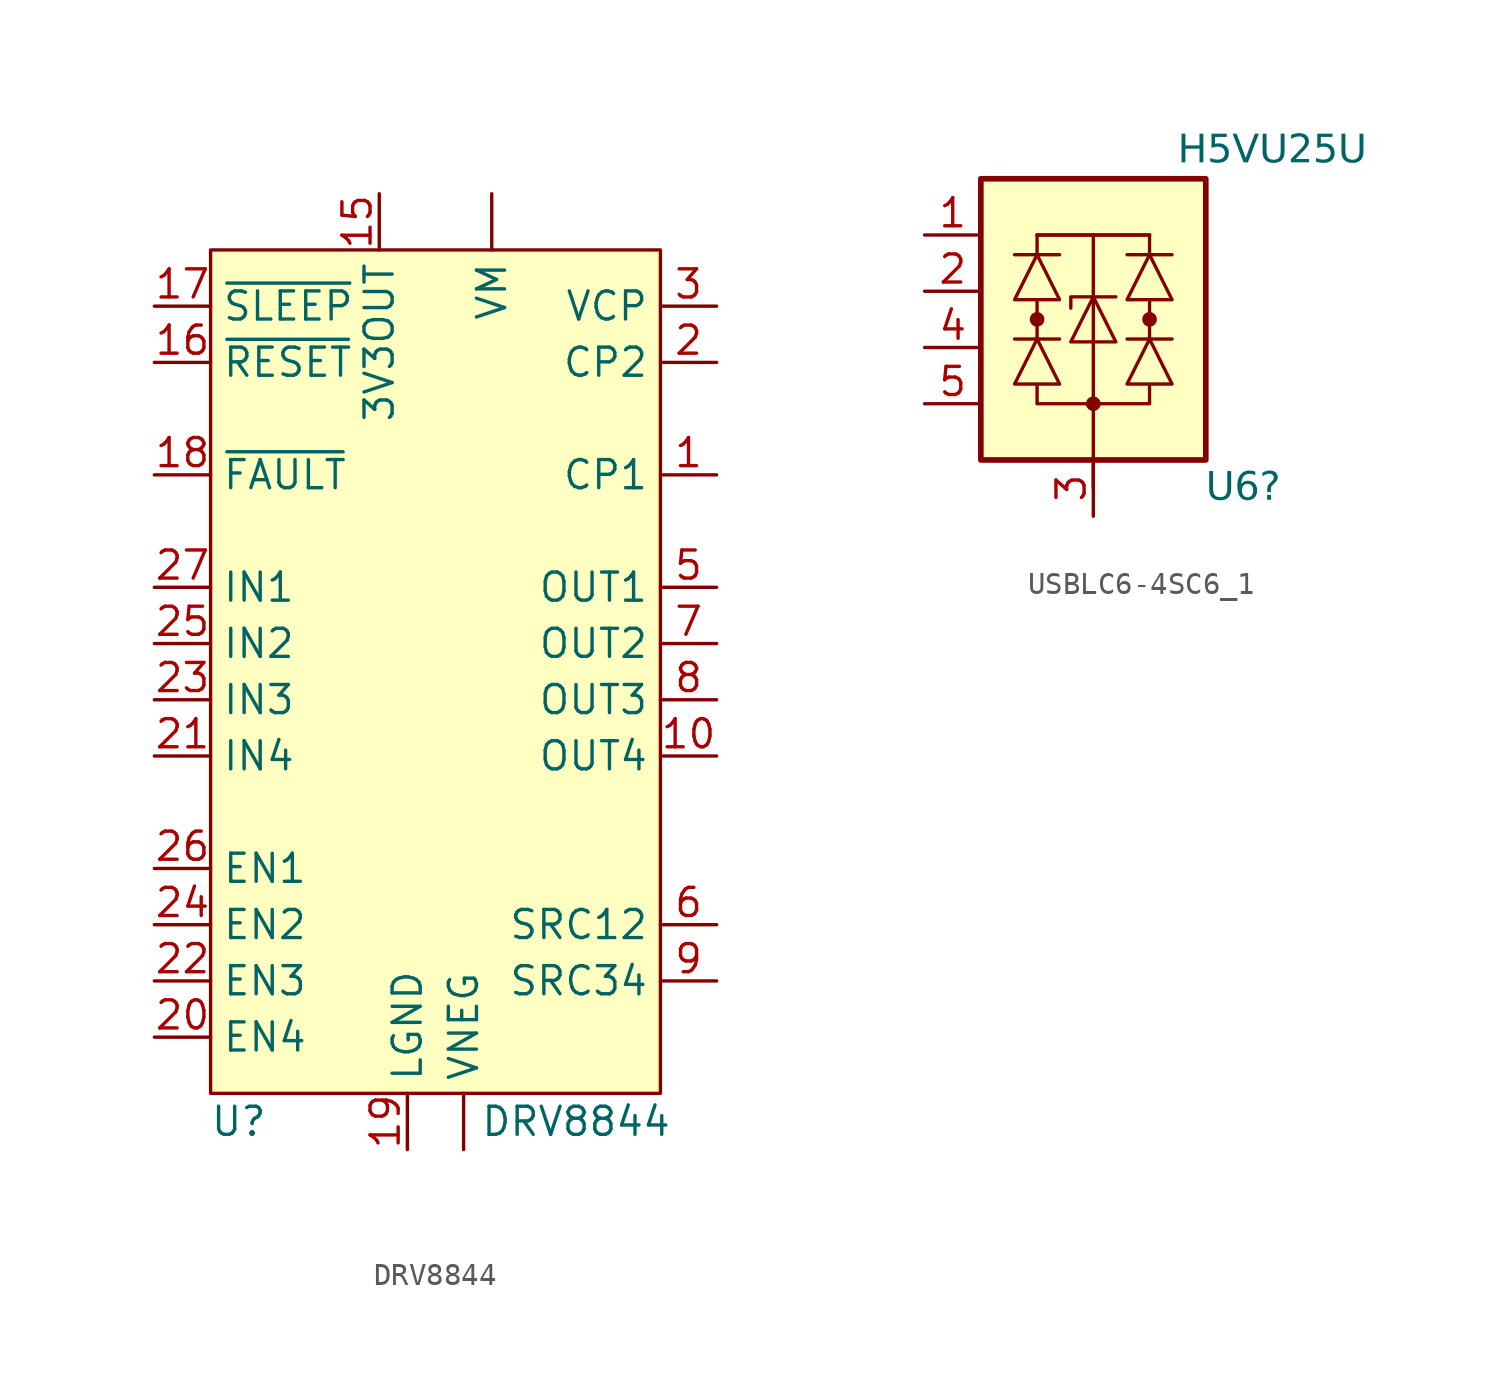
<source format=kicad_sym>
(kicad_symbol_lib
  (version 20220914)
  (generator kicad_symbol_editor)
  (symbol "DRV8844"
    (property "Reference" "U"
      (at -8.89 -20.32 0)
      (effects (font (size 1.27 1.27))))
    (property "Value" "DRV8844"
      (at 6.35 -20.32 0)
      (effects (font (size 1.27 1.27))))
    (symbol "DRV8844_0_0"
      (pin unspecified line (at 12.7 8.89 180) (length 2.54) (name "CP1" (effects (font (size 1.27 1.27)))) (number "1" (effects (font (size 1.27 1.27)))))
      (pin power_out line (at 12.7 -3.81 180) (length 2.54) (name "OUT4" (effects (font (size 1.27 1.27)))) (number "10" (effects (font (size 1.27 1.27)))))
      (pin power_out line (at -2.54 21.59 270) (length 2.54) (name "3V3OUT" (effects (font (size 1.27 1.27)))) (number "15" (effects (font (size 1.27 1.27)))))
      (pin open_collector line (at -12.7 13.97 0) (length 2.54) (name "~{RESET}" (effects (font (size 1.27 1.27)))) (number "16" (effects (font (size 1.27 1.27)))))
      (pin open_collector line (at -12.7 16.51 0) (length 2.54) (name "~{SLEEP}" (effects (font (size 1.27 1.27)))) (number "17" (effects (font (size 1.27 1.27)))))
      (pin open_collector line (at -12.7 8.89 0) (length 2.54) (name "~{FAULT}" (effects (font (size 1.27 1.27)))) (number "18" (effects (font (size 1.27 1.27)))))
      (pin power_in line (at -1.27 -21.59 90) (length 2.54) (name "LGND" (effects (font (size 1.27 1.27)))) (number "19" (effects (font (size 1.27 1.27)))))
      (pin unspecified line (at 12.7 13.97 180) (length 2.54) (name "CP2" (effects (font (size 1.27 1.27)))) (number "2" (effects (font (size 1.27 1.27)))))
      (pin input line (at -12.7 -16.51 0) (length 2.54) (name "EN4" (effects (font (size 1.27 1.27)))) (number "20" (effects (font (size 1.27 1.27)))))
      (pin input line (at -12.7 -3.81 0) (length 2.54) (name "IN4" (effects (font (size 1.27 1.27)))) (number "21" (effects (font (size 1.27 1.27)))))
      (pin input line (at -12.7 -13.97 0) (length 2.54) (name "EN3" (effects (font (size 1.27 1.27)))) (number "22" (effects (font (size 1.27 1.27)))))
      (pin input line (at -12.7 -1.27 0) (length 2.54) (name "IN3" (effects (font (size 1.27 1.27)))) (number "23" (effects (font (size 1.27 1.27)))))
      (pin input line (at -12.7 -11.43 0) (length 2.54) (name "EN2" (effects (font (size 1.27 1.27)))) (number "24" (effects (font (size 1.27 1.27)))))
      (pin input line (at -12.7 1.27 0) (length 2.54) (name "IN2" (effects (font (size 1.27 1.27)))) (number "25" (effects (font (size 1.27 1.27)))))
      (pin input line (at -12.7 -8.89 0) (length 2.54) (name "EN1" (effects (font (size 1.27 1.27)))) (number "26" (effects (font (size 1.27 1.27)))))
      (pin input line (at -12.7 3.81 0) (length 2.54) (name "IN1" (effects (font (size 1.27 1.27)))) (number "27" (effects (font (size 1.27 1.27)))))
      (pin unspecified line (at 12.7 16.51 180) (length 2.54) (name "VCP" (effects (font (size 1.27 1.27)))) (number "3" (effects (font (size 1.27 1.27)))))
      (pin power_out line (at 12.7 3.81 180) (length 2.54) (name "OUT1" (effects (font (size 1.27 1.27)))) (number "5" (effects (font (size 1.27 1.27)))))
      (pin power_out line (at 12.7 -11.43 180) (length 2.54) (name "SRC12" (effects (font (size 1.27 1.27)))) (number "6" (effects (font (size 1.27 1.27)))))
      (pin power_out line (at 12.7 1.27 180) (length 2.54) (name "OUT2" (effects (font (size 1.27 1.27)))) (number "7" (effects (font (size 1.27 1.27)))))
      (pin power_out line (at 12.7 -1.27 180) (length 2.54) (name "OUT3" (effects (font (size 1.27 1.27)))) (number "8" (effects (font (size 1.27 1.27)))))
      (pin power_out line (at 12.7 -13.97 180) (length 2.54) (name "SRC34" (effects (font (size 1.27 1.27)))) (number "9" (effects (font (size 1.27 1.27))))))
    (symbol "DRV8844_1_0"
      (pin power_in line (at 2.54 21.59 270) (length 2.54) (name "VM" (effects (font (size 1.27 1.27)))) (number "11" (effects (font (size 0 0)))))
      (pin no_connect line (at 3.81 -6.35 0) (length 2.54) hide (name "NC" (effects (font (size 1.27 1.27)))) (number "12" (effects (font (size 1.27 1.27)))))
      (pin no_connect line (at 3.81 -8.89 0) (length 2.54) hide (name "NC" (effects (font (size 1.27 1.27)))) (number "13" (effects (font (size 1.27 1.27)))))
      (pin power_in line (at 1.27 -21.59 90) (length 2.54) hide (name "VNEG" (effects (font (size 1.27 1.27)))) (number "14" (effects (font (size 1.27 1.27)))))
      (pin power_in line (at 1.27 -21.59 90) (length 2.54) hide (name "VNEG" (effects (font (size 1.27 1.27)))) (number "28" (effects (font (size 1.27 1.27)))))
      (pin power_in line (at 1.27 -21.59 90) (length 2.54) (name "VNEG" (effects (font (size 1.27 1.27)))) (number "29" (effects (font (size 0 0)))))
      (pin power_in line (at 2.54 21.59 270) (length 2.54) hide (name "VM" (effects (font (size 1.27 1.27)))) (number "4" (effects (font (size 1.27 1.27))))))
    (symbol "DRV8844_1_1"
      (rectangle (start -10.16 19.05) (end 10.16 -19.05) (stroke (width 0) (type default)) (fill (type background)))))
  (symbol "USBLC6-4SC6_1"
    (pin_names hide)
    (property "Reference" "U6"
      (at 5.08 -7.62 0)
      (effects (font (face "Century Gothic") (size 1.27 1.27)) (justify left)))
    (property "Value" "H5VU25U"
      (at 3.81 7.62 0)
      (effects (font (face "Century Gothic") (size 1.27 1.27)) (justify left)))
    (symbol "USBLC6-4SC6_1_0_1"
      (rectangle (start -5.08 6.35) (end 5.08 -6.35) (stroke (width 0.254) (type default)) (fill (type background)))
      (circle (center -2.54 0) (radius 0.254) (stroke (width 0) (type default)) (fill (type outline)))
      (circle (center 0 -3.81) (radius 0.254) (stroke (width 0) (type default)) (fill (type outline)))
      (polyline (pts (xy -3.556 -0.889) (xy -1.524 -0.889)) (stroke (width 0) (type default)) (fill (type none)))
      (polyline (pts (xy -3.556 2.921) (xy -1.524 2.921)) (stroke (width 0) (type default)) (fill (type none)))
      (polyline (pts (xy -2.54 -0.889) (xy -2.54 0.889)) (stroke (width 0) (type default)) (fill (type none)))
      (polyline (pts (xy -2.54 3.81) (xy -2.54 2.946)) (stroke (width 0) (type default)) (fill (type none)))
      (polyline (pts (xy 0 -7.62) (xy 0 -6.35)) (stroke (width 0) (type default)) (fill (type none)))
      (polyline (pts (xy 0 -6.35) (xy 0 1.27)) (stroke (width 0) (type default)) (fill (type none)))
      (polyline (pts (xy 0 3.81) (xy 0 1.27)) (stroke (width 0) (type default)) (fill (type none)))
      (polyline (pts (xy 2.54 -0.889) (xy 2.54 0.889)) (stroke (width 0) (type default)) (fill (type none)))
      (polyline (pts (xy 2.54 3.81) (xy 2.54 2.946)) (stroke (width 0) (type default)) (fill (type none)))
      (polyline (pts (xy 3.556 -0.889) (xy 1.524 -0.889)) (stroke (width 0) (type default)) (fill (type none)))
      (polyline (pts (xy 3.556 2.921) (xy 1.524 2.921)) (stroke (width 0) (type default)) (fill (type none)))
      (polyline (pts (xy -2.54 -2.946) (xy -2.54 -3.81) (xy 0 -3.81)) (stroke (width 0) (type default)) (fill (type none)))
      (polyline (pts (xy -2.54 3.81) (xy 0 3.81) (xy 2.54 3.81)) (stroke (width 0) (type default)) (fill (type none)))
      (polyline (pts (xy 2.54 -2.946) (xy 2.54 -3.81) (xy 0 -3.81)) (stroke (width 0) (type default)) (fill (type none)))
      (polyline (pts (xy 2.54 3.81) (xy 0 3.81) (xy -2.54 3.81)) (stroke (width 0) (type default)) (fill (type none)))
      (polyline (pts (xy -1.524 -2.921) (xy -3.556 -2.921) (xy -2.54 -0.889) (xy -1.524 -2.921)) (stroke (width 0) (type default)) (fill (type none)))
      (polyline (pts (xy -1.524 0.889) (xy -3.556 0.889) (xy -2.54 2.921) (xy -1.524 0.889)) (stroke (width 0) (type default)) (fill (type none)))
      (polyline (pts (xy -1.016 -1.016) (xy 1.016 -1.016) (xy 0 1.016) (xy -1.016 -1.016)) (stroke (width 0) (type default)) (fill (type none)))
      (polyline (pts (xy 1.016 1.016) (xy 0.762 1.016) (xy -1.016 1.016) (xy -1.016 0.508)) (stroke (width 0) (type default)) (fill (type none)))
      (polyline (pts (xy 1.524 -2.921) (xy 3.556 -2.921) (xy 2.54 -0.889) (xy 1.524 -2.921)) (stroke (width 0) (type default)) (fill (type none)))
      (polyline (pts (xy 1.524 0.889) (xy 3.556 0.889) (xy 2.54 2.921) (xy 1.524 0.889)) (stroke (width 0) (type default)) (fill (type none)))
      (circle (center 2.54 0) (radius 0.254) (stroke (width 0) (type default)) (fill (type outline))))
    (symbol "USBLC6-4SC6_1_1_1"
      (pin passive line (at -7.62 3.81 0) (length 2.54) (name "I/O1" (effects (font (size 1.27 1.27)))) (number "1" (effects (font (size 1.27 1.27)))))
      (pin passive line (at -7.62 3.81 0) (length 2.54) hide (name "" (effects (font (size 1.27 1.27)))) (number "10" (effects (font (size 1.27 1.27)))))
      (pin passive line (at -7.62 1.27 0) (length 2.54) (name "I/O2" (effects (font (size 1.27 1.27)))) (number "2" (effects (font (size 1.27 1.27)))))
      (pin passive line (at 0 -8.89 90) (length 2.54) (name "GND" (effects (font (size 1.27 1.27)))) (number "3" (effects (font (size 1.27 1.27)))))
      (pin passive line (at -7.62 -1.27 0) (length 2.54) (name "I/O3" (effects (font (size 1.27 1.27)))) (number "4" (effects (font (size 1.27 1.27)))))
      (pin passive line (at -7.62 -3.81 0) (length 2.54) (name "I/O4" (effects (font (size 1.27 1.27)))) (number "5" (effects (font (size 1.27 1.27)))))
      (pin passive line (at -7.62 -3.81 0) (length 2.54) hide (name "I/O4" (effects (font (size 1.27 1.27)))) (number "6" (effects (font (size 1.27 1.27)))))
      (pin passive line (at -7.62 -1.27 0) (length 2.54) hide (name "I/O3" (effects (font (size 1.27 1.27)))) (number "7" (effects (font (size 1.27 1.27)))))
      (pin passive line (at 0 -8.89 90) (length 2.54) hide (name "GND" (effects (font (size 1.27 1.27)))) (number "8" (effects (font (size 1.27 1.27)))))
      (pin passive line (at -7.62 1.27 0) (length 2.54) hide (name "I/O2" (effects (font (size 1.27 1.27)))) (number "9" (effects (font (size 1.27 1.27))))))))
</source>
